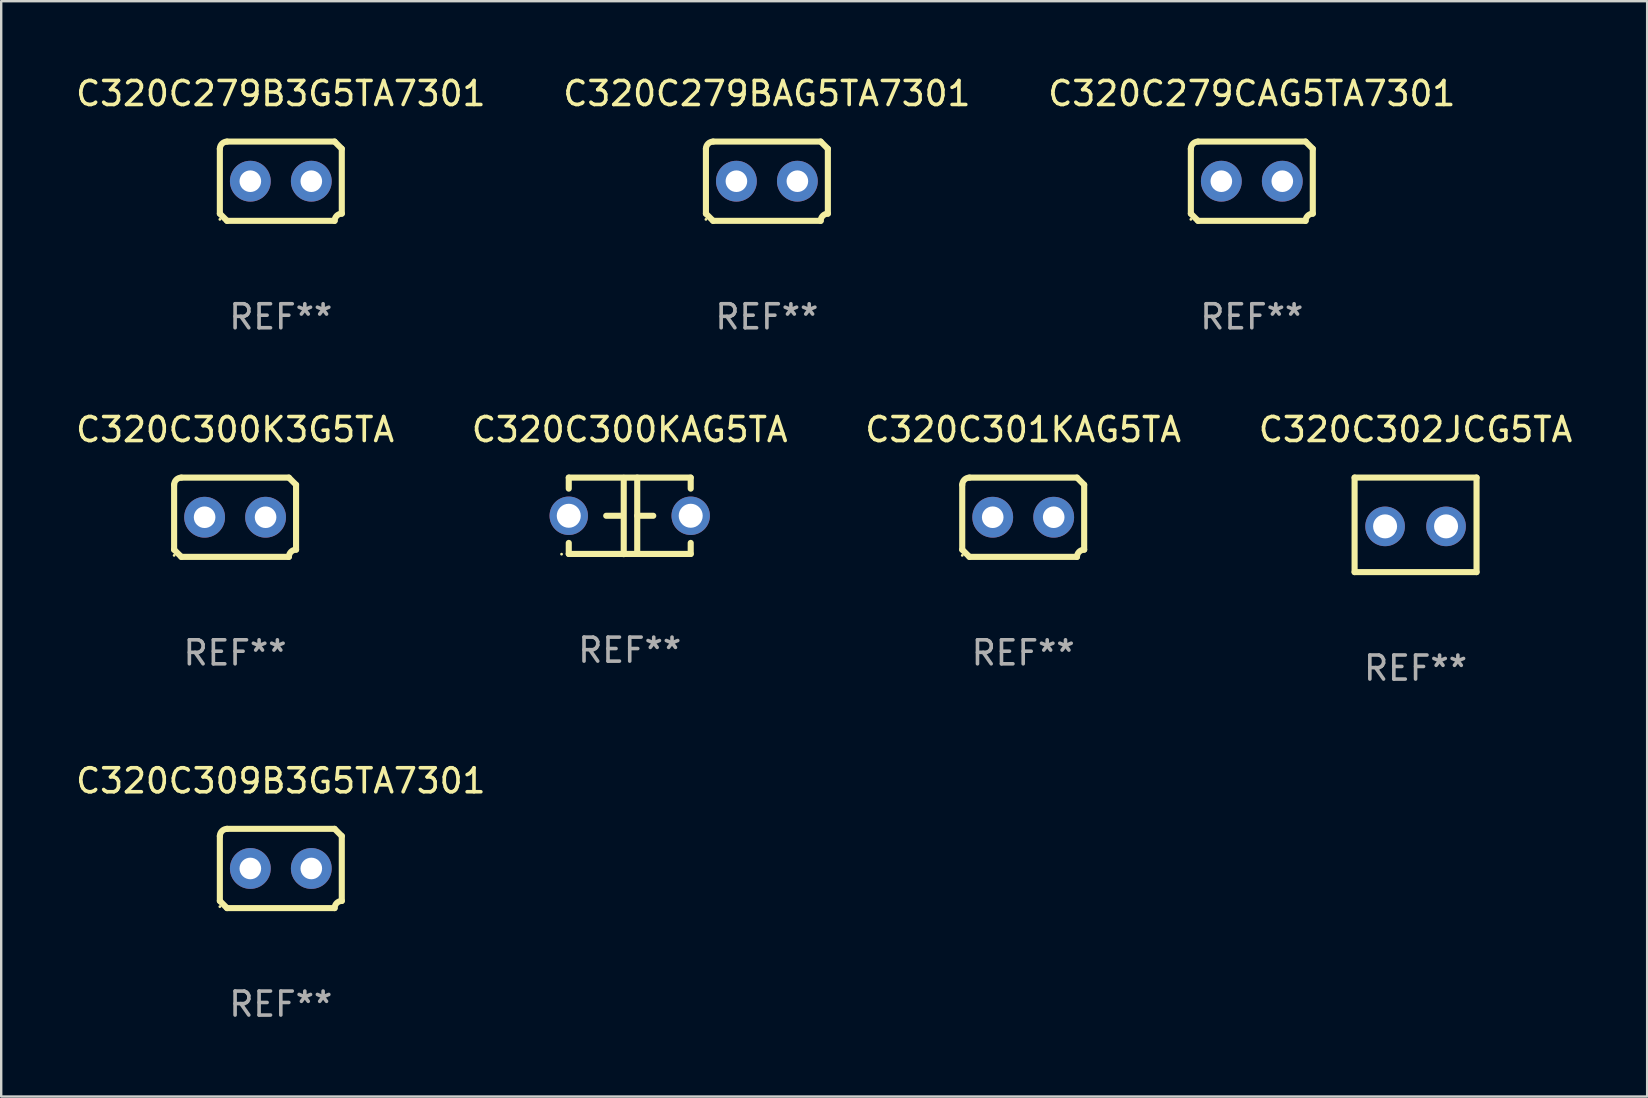
<source format=kicad_pcb>
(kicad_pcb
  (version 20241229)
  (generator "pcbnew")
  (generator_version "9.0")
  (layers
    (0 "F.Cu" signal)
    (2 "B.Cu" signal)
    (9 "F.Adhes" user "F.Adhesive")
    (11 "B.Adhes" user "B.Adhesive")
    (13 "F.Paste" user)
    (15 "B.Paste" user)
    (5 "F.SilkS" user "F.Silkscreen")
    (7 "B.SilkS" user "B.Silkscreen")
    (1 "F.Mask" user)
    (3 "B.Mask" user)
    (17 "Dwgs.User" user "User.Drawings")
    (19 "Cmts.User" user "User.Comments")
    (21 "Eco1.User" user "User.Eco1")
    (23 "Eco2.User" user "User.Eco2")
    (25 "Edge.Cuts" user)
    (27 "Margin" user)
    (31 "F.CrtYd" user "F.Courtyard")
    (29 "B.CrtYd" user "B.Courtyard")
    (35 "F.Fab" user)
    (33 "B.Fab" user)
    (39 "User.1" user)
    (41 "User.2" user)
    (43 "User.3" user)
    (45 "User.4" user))
  (footprint "C320C302JCG5TA"
    (layer "F.Cu")
    (at 55.923 18.815)
    (property "Reference" "C320C302JCG5TA" (at 0 -3.969 0) (layer "F.SilkS") (effects (font (size 1 1) (thickness 0.15))))
    (attr through_hole)
    (fp_line (start -2.54 -1.969) (end -2.54 1.969) (stroke (width 0.254) (type solid)) (layer "F.SilkS"))
    (fp_line (start -2.54 1.969) (end 2.54 1.969) (stroke (width 0.254) (type solid)) (layer "F.SilkS"))
    (fp_line (start 2.54 -1.969) (end -2.54 -1.969) (stroke (width 0.254) (type solid)) (layer "F.SilkS"))
    (fp_line (start 2.54 1.969) (end 2.54 -1.969) (stroke (width 0.254) (type solid)) (layer "F.SilkS"))
    (fp_circle (center -2.55 1.963) (end -2.52 1.963) (stroke (width 0.06) (type solid)) (fill no) (layer "F.SilkS"))
    (fp_text user "REF**" (at 0 5.969 0) (layer "F.Fab") (effects (font (size 1 1) (thickness 0.15))))
    (pad "1" thru_hole circle (at -1.27 0.064) (size 1.65 1.65) (drill 1) (layers "*.Cu" "*.Mask"))
    (pad "2" thru_hole circle (at 1.27 0.064) (size 1.65 1.65) (drill 1) (layers "*.Cu" "*.Mask")))
  (footprint "C320C309B3G5TA7301"
    (layer "F.Cu")
    (at 8.649 33.131)
    (property "Reference" "C320C309B3G5TA7301" (at 0 -3.651 0) (layer "F.SilkS") (effects (font (size 1 1) (thickness 0.15))))
    (attr through_hole)
    (fp_line (start -2.54 -1.351) (end -2.54 1.351) (stroke (width 0.254) (type solid)) (layer "F.SilkS"))
    (fp_line (start -2.24 -1.651) (end 2.24 -1.651) (stroke (width 0.254) (type solid)) (layer "F.SilkS"))
    (fp_line (start 2.24 1.651) (end -2.24 1.651) (stroke (width 0.254) (type solid)) (layer "F.SilkS"))
    (fp_line (start 2.54 1.351) (end 2.54 -1.351) (stroke (width 0.254) (type solid)) (layer "F.SilkS"))
    (fp_arc (start -2.540005 -1.351283) (mid -2.450115 -1.561309) (end -2.240005 -1.651003) (stroke (width 0.254001) (type solid)) (layer "F.SilkS"))
    (fp_arc (start -2.240287 1.651001) (mid -2.390163 1.501019) (end -2.540005 1.351003) (stroke (width 0.254001) (type solid)) (layer "F.SilkS"))
    (fp_arc (start 2.240005 1.651003) (mid 2.329934 1.441015) (end 2.540005 1.351282) (stroke (width 0.254001) (type solid)) (layer "F.SilkS"))
    (fp_arc (start 2.540005 -1.351003) (mid 2.389393 -1.500252) (end 2.240284 -1.651003) (stroke (width 0.254001) (type solid)) (layer "F.SilkS"))
    (fp_circle (center -2.54 1.59) (end -2.51 1.59) (stroke (width 0.06) (type solid)) (fill no) (layer "F.SilkS"))
    (fp_text user "REF**" (at 0 5.651 0) (layer "F.Fab") (effects (font (size 1 1) (thickness 0.15))))
    (pad "1" thru_hole circle (at -1.27 0) (size 1.7 1.7) (drill 0.9) (layers "*.Cu" "*.Mask"))
    (pad "2" thru_hole circle (at 1.27 0) (size 1.7 1.7) (drill 0.9) (layers "*.Cu" "*.Mask")))
  (footprint "C320C279B3G5TA7301"
    (layer "F.Cu")
    (at 8.649 4.499)
    (property "Reference" "C320C279B3G5TA7301" (at 0 -3.651 0) (layer "F.SilkS") (effects (font (size 1 1) (thickness 0.15))))
    (attr through_hole)
    (fp_line (start -2.54 -1.351) (end -2.54 1.351) (stroke (width 0.254) (type solid)) (layer "F.SilkS"))
    (fp_line (start -2.24 -1.651) (end 2.24 -1.651) (stroke (width 0.254) (type solid)) (layer "F.SilkS"))
    (fp_line (start 2.24 1.651) (end -2.24 1.651) (stroke (width 0.254) (type solid)) (layer "F.SilkS"))
    (fp_line (start 2.54 1.351) (end 2.54 -1.351) (stroke (width 0.254) (type solid)) (layer "F.SilkS"))
    (fp_arc (start -2.540005 -1.351283) (mid -2.450115 -1.561309) (end -2.240005 -1.651003) (stroke (width 0.254001) (type solid)) (layer "F.SilkS"))
    (fp_arc (start -2.240287 1.651001) (mid -2.390163 1.501019) (end -2.540005 1.351003) (stroke (width 0.254001) (type solid)) (layer "F.SilkS"))
    (fp_arc (start 2.240005 1.651003) (mid 2.329934 1.441015) (end 2.540005 1.351282) (stroke (width 0.254001) (type solid)) (layer "F.SilkS"))
    (fp_arc (start 2.540005 -1.351003) (mid 2.389393 -1.500252) (end 2.240284 -1.651003) (stroke (width 0.254001) (type solid)) (layer "F.SilkS"))
    (fp_circle (center -2.54 1.59) (end -2.51 1.59) (stroke (width 0.06) (type solid)) (fill no) (layer "F.SilkS"))
    (fp_text user "REF**" (at 0 5.651 0) (layer "F.Fab") (effects (font (size 1 1) (thickness 0.15))))
    (pad "1" thru_hole circle (at -1.27 0) (size 1.7 1.7) (drill 0.9) (layers "*.Cu" "*.Mask"))
    (pad "2" thru_hole circle (at 1.27 0) (size 1.7 1.7) (drill 0.9) (layers "*.Cu" "*.Mask")))
  (footprint "C320C300K3G5TA"
    (layer "F.Cu")
    (at 6.744 18.498)
    (property "Reference" "C320C300K3G5TA" (at 0 -3.651 0) (layer "F.SilkS") (effects (font (size 1 1) (thickness 0.15))))
    (attr through_hole)
    (fp_line (start -2.54 -1.351) (end -2.54 1.351) (stroke (width 0.254) (type solid)) (layer "F.SilkS"))
    (fp_line (start -2.24 -1.651) (end 2.24 -1.651) (stroke (width 0.254) (type solid)) (layer "F.SilkS"))
    (fp_line (start 2.24 1.651) (end -2.24 1.651) (stroke (width 0.254) (type solid)) (layer "F.SilkS"))
    (fp_line (start 2.54 1.351) (end 2.54 -1.351) (stroke (width 0.254) (type solid)) (layer "F.SilkS"))
    (fp_arc (start -2.540005 -1.351283) (mid -2.450115 -1.561309) (end -2.240005 -1.651003) (stroke (width 0.254001) (type solid)) (layer "F.SilkS"))
    (fp_arc (start -2.240287 1.651001) (mid -2.390163 1.501019) (end -2.540005 1.351003) (stroke (width 0.254001) (type solid)) (layer "F.SilkS"))
    (fp_arc (start 2.240005 1.651003) (mid 2.329934 1.441015) (end 2.540005 1.351282) (stroke (width 0.254001) (type solid)) (layer "F.SilkS"))
    (fp_arc (start 2.540005 -1.351003) (mid 2.389393 -1.500252) (end 2.240284 -1.651003) (stroke (width 0.254001) (type solid)) (layer "F.SilkS"))
    (fp_circle (center -2.54 1.59) (end -2.51 1.59) (stroke (width 0.06) (type solid)) (fill no) (layer "F.SilkS"))
    (fp_text user "REF**" (at 0 5.651 0) (layer "F.Fab") (effects (font (size 1 1) (thickness 0.15))))
    (pad "1" thru_hole circle (at -1.27 0) (size 1.7 1.7) (drill 0.9) (layers "*.Cu" "*.Mask"))
    (pad "2" thru_hole circle (at 1.27 0) (size 1.7 1.7) (drill 0.9) (layers "*.Cu" "*.Mask")))
  (footprint "C320C279BAG5TA7301"
    (layer "F.Cu")
    (at 28.899 4.499)
    (property "Reference" "C320C279BAG5TA7301" (at 0 -3.651 0) (layer "F.SilkS") (effects (font (size 1 1) (thickness 0.15))))
    (attr through_hole)
    (fp_line (start -2.54 -1.351) (end -2.54 1.351) (stroke (width 0.254) (type solid)) (layer "F.SilkS"))
    (fp_line (start -2.24 -1.651) (end 2.24 -1.651) (stroke (width 0.254) (type solid)) (layer "F.SilkS"))
    (fp_line (start 2.24 1.651) (end -2.24 1.651) (stroke (width 0.254) (type solid)) (layer "F.SilkS"))
    (fp_line (start 2.54 1.351) (end 2.54 -1.351) (stroke (width 0.254) (type solid)) (layer "F.SilkS"))
    (fp_arc (start -2.540005 -1.351283) (mid -2.450115 -1.561309) (end -2.240005 -1.651003) (stroke (width 0.254001) (type solid)) (layer "F.SilkS"))
    (fp_arc (start -2.240287 1.651001) (mid -2.390163 1.501019) (end -2.540005 1.351003) (stroke (width 0.254001) (type solid)) (layer "F.SilkS"))
    (fp_arc (start 2.240005 1.651003) (mid 2.329934 1.441015) (end 2.540005 1.351282) (stroke (width 0.254001) (type solid)) (layer "F.SilkS"))
    (fp_arc (start 2.540005 -1.351003) (mid 2.389393 -1.500252) (end 2.240284 -1.651003) (stroke (width 0.254001) (type solid)) (layer "F.SilkS"))
    (fp_circle (center -2.54 1.59) (end -2.51 1.59) (stroke (width 0.06) (type solid)) (fill no) (layer "F.SilkS"))
    (fp_text user "REF**" (at 0 5.651 0) (layer "F.Fab") (effects (font (size 1 1) (thickness 0.15))))
    (pad "1" thru_hole circle (at -1.27 0) (size 1.7 1.7) (drill 0.9) (layers "*.Cu" "*.Mask"))
    (pad "2" thru_hole circle (at 1.27 0) (size 1.7 1.7) (drill 0.9) (layers "*.Cu" "*.Mask")))
  (footprint "C320C301KAG5TA"
    (layer "F.Cu")
    (at 39.577 18.498)
    (property "Reference" "C320C301KAG5TA" (at 0 -3.651 0) (layer "F.SilkS") (effects (font (size 1 1) (thickness 0.15))))
    (attr through_hole)
    (fp_line (start -2.54 -1.351) (end -2.54 1.351) (stroke (width 0.254) (type solid)) (layer "F.SilkS"))
    (fp_line (start -2.24 -1.651) (end 2.24 -1.651) (stroke (width 0.254) (type solid)) (layer "F.SilkS"))
    (fp_line (start 2.24 1.651) (end -2.24 1.651) (stroke (width 0.254) (type solid)) (layer "F.SilkS"))
    (fp_line (start 2.54 1.351) (end 2.54 -1.351) (stroke (width 0.254) (type solid)) (layer "F.SilkS"))
    (fp_arc (start -2.540005 -1.351283) (mid -2.450115 -1.561309) (end -2.240005 -1.651003) (stroke (width 0.254001) (type solid)) (layer "F.SilkS"))
    (fp_arc (start -2.240287 1.651001) (mid -2.390163 1.501019) (end -2.540005 1.351003) (stroke (width 0.254001) (type solid)) (layer "F.SilkS"))
    (fp_arc (start 2.240005 1.651003) (mid 2.329934 1.441015) (end 2.540005 1.351282) (stroke (width 0.254001) (type solid)) (layer "F.SilkS"))
    (fp_arc (start 2.540005 -1.351003) (mid 2.389393 -1.500252) (end 2.240284 -1.651003) (stroke (width 0.254001) (type solid)) (layer "F.SilkS"))
    (fp_circle (center -2.54 1.59) (end -2.51 1.59) (stroke (width 0.06) (type solid)) (fill no) (layer "F.SilkS"))
    (fp_text user "REF**" (at 0 5.651 0) (layer "F.Fab") (effects (font (size 1 1) (thickness 0.15))))
    (pad "1" thru_hole circle (at -1.27 0) (size 1.7 1.7) (drill 0.9) (layers "*.Cu" "*.Mask"))
    (pad "2" thru_hole circle (at 1.27 0) (size 1.7 1.7) (drill 0.9) (layers "*.Cu" "*.Mask")))
  (footprint "C320C279CAG5TA7301"
    (layer "F.Cu")
    (at 49.101 4.499)
    (property "Reference" "C320C279CAG5TA7301" (at 0 -3.651 0) (layer "F.SilkS") (effects (font (size 1 1) (thickness 0.15))))
    (attr through_hole)
    (fp_line (start -2.54 -1.351) (end -2.54 1.351) (stroke (width 0.254) (type solid)) (layer "F.SilkS"))
    (fp_line (start -2.24 -1.651) (end 2.24 -1.651) (stroke (width 0.254) (type solid)) (layer "F.SilkS"))
    (fp_line (start 2.24 1.651) (end -2.24 1.651) (stroke (width 0.254) (type solid)) (layer "F.SilkS"))
    (fp_line (start 2.54 1.351) (end 2.54 -1.351) (stroke (width 0.254) (type solid)) (layer "F.SilkS"))
    (fp_arc (start -2.540005 -1.351283) (mid -2.450115 -1.561309) (end -2.240005 -1.651003) (stroke (width 0.254001) (type solid)) (layer "F.SilkS"))
    (fp_arc (start -2.240287 1.651001) (mid -2.390163 1.501019) (end -2.540005 1.351003) (stroke (width 0.254001) (type solid)) (layer "F.SilkS"))
    (fp_arc (start 2.240005 1.651003) (mid 2.329934 1.441015) (end 2.540005 1.351282) (stroke (width 0.254001) (type solid)) (layer "F.SilkS"))
    (fp_arc (start 2.540005 -1.351003) (mid 2.389393 -1.500252) (end 2.240284 -1.651003) (stroke (width 0.254001) (type solid)) (layer "F.SilkS"))
    (fp_circle (center -2.54 1.59) (end -2.51 1.59) (stroke (width 0.06) (type solid)) (fill no) (layer "F.SilkS"))
    (fp_text user "REF**" (at 0 5.651 0) (layer "F.Fab") (effects (font (size 1 1) (thickness 0.15))))
    (pad "1" thru_hole circle (at -1.27 0) (size 1.7 1.7) (drill 0.9) (layers "*.Cu" "*.Mask"))
    (pad "2" thru_hole circle (at 1.27 0) (size 1.7 1.7) (drill 0.9) (layers "*.Cu" "*.Mask")))
  (footprint "C320C300KAG5TA"
    (layer "F.Cu")
    (at 23.185 18.442)
    (property "Reference" "C320C300KAG5TA" (at 0 -3.595 0) (layer "F.SilkS") (effects (font (size 1 1) (thickness 0.15))))
    (attr through_hole)
    (fp_line (start -2.54 -1.595) (end -2.54 -1.136) (stroke (width 0.254) (type solid)) (layer "F.SilkS"))
    (fp_line (start -2.54 -1.595) (end 2.54 -1.595) (stroke (width 0.254) (type solid)) (layer "F.SilkS"))
    (fp_line (start -2.54 1.126) (end -2.54 1.585) (stroke (width 0.254) (type solid)) (layer "F.SilkS"))
    (fp_line (start -0.312 -0.005) (end -0.98 -0.005) (stroke (width 0.254) (type solid)) (layer "F.SilkS"))
    (fp_line (start -0.25 -1.585) (end -0.25 1.595) (stroke (width 0.254) (type solid)) (layer "F.SilkS"))
    (fp_line (start 0.312 -1.595) (end 0.312 1.585) (stroke (width 0.254) (type solid)) (layer "F.SilkS"))
    (fp_line (start 0.312 -0.005) (end 0.98 -0.005) (stroke (width 0.254) (type solid)) (layer "F.SilkS"))
    (fp_line (start 2.54 -1.595) (end 2.54 -1.136) (stroke (width 0.254) (type solid)) (layer "F.SilkS"))
    (fp_line (start 2.54 1.126) (end 2.54 1.585) (stroke (width 0.254) (type solid)) (layer "F.SilkS"))
    (fp_line (start 2.54 1.585) (end -2.54 1.585) (stroke (width 0.254) (type solid)) (layer "F.SilkS"))
    (fp_circle (center -2.84 1.595) (end -2.81 1.595) (stroke (width 0.06) (type solid)) (fill no) (layer "F.SilkS"))
    (fp_text user "REF**" (at 0 5.595 0) (layer "F.Fab") (effects (font (size 1 1) (thickness 0.15))))
    (pad "1" thru_hole circle (at -2.54 -0.005) (size 1.6 1.6) (drill 1) (layers "*.Cu" "*.Mask"))
    (pad "2" thru_hole circle (at 2.54 -0.005) (size 1.6 1.6) (drill 1) (layers "*.Cu" "*.Mask")))
  (gr_rect
    (start -3 -3)
    (end 65.571 42.631)
    (stroke (width 0.1) (type default))
    (fill no)
    (layer "Edge.Cuts")))
</source>
